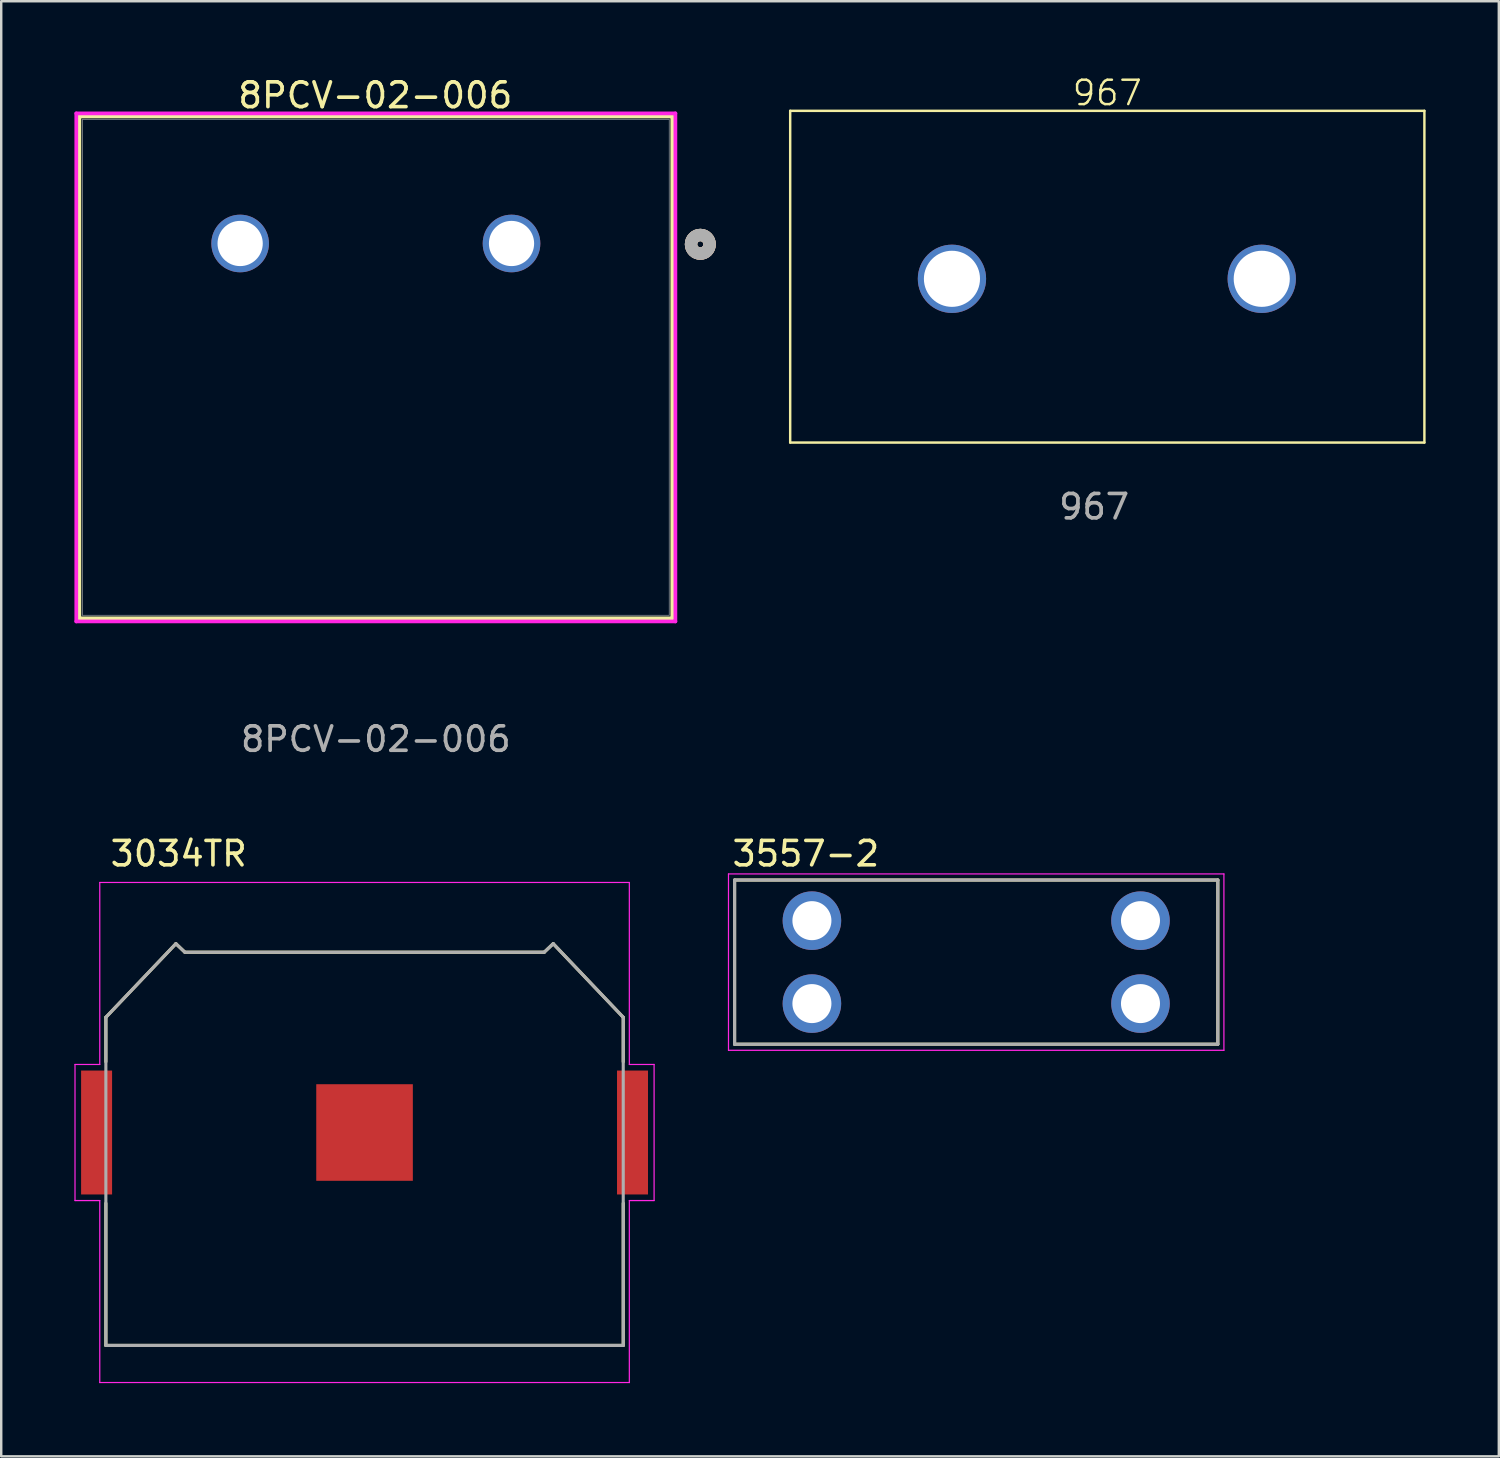
<source format=kicad_pcb>
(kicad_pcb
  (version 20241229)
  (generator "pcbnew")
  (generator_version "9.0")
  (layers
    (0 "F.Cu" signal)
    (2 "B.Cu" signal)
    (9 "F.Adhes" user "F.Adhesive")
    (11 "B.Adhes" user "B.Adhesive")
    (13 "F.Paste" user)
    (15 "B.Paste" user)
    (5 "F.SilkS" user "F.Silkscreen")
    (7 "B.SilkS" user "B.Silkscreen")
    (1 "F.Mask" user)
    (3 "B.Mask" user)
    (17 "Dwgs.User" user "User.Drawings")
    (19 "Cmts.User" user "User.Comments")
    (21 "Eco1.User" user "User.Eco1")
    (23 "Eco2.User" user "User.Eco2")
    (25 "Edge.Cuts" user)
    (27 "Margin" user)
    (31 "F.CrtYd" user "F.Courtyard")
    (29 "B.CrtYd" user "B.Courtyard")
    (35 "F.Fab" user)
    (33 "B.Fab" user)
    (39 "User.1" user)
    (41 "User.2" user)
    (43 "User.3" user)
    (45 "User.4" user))
  (footprint "3557-2"
    (layer "F.Cu")
    (at 36.97 36.393)
    (property "Reference" "3557-2" (at -6.985 -4.445 0) (layer "F.SilkS") (effects (font (size 1 1) (thickness 0.15))))
    (attr through_hole)
    (fp_line (start -9.905 -3.365) (end -9.905 3.365) (stroke (width 0.127) (type solid)) (layer "F.SilkS"))
    (fp_line (start -9.905 3.365) (end 9.905 3.365) (stroke (width 0.127) (type solid)) (layer "F.SilkS"))
    (fp_line (start 9.905 -3.365) (end -9.905 -3.365) (stroke (width 0.127) (type solid)) (layer "F.SilkS"))
    (fp_line (start 9.905 3.365) (end 9.905 -3.365) (stroke (width 0.127) (type solid)) (layer "F.SilkS"))
    (fp_line (start -10.155 -3.615) (end 10.155 -3.615) (stroke (width 0.05) (type solid)) (layer "F.CrtYd"))
    (fp_line (start -10.155 3.615) (end -10.155 -3.615) (stroke (width 0.05) (type solid)) (layer "F.CrtYd"))
    (fp_line (start 10.155 -3.615) (end 10.155 3.615) (stroke (width 0.05) (type solid)) (layer "F.CrtYd"))
    (fp_line (start 10.155 3.615) (end -10.155 3.615) (stroke (width 0.05) (type solid)) (layer "F.CrtYd"))
    (fp_line (start -9.905 -3.365) (end -9.905 3.365) (stroke (width 0.127) (type solid)) (layer "F.Fab"))
    (fp_line (start -9.905 3.365) (end 9.905 3.365) (stroke (width 0.127) (type solid)) (layer "F.Fab"))
    (fp_line (start 9.905 -3.365) (end -9.905 -3.365) (stroke (width 0.127) (type solid)) (layer "F.Fab"))
    (fp_line (start 9.905 3.365) (end 9.905 -3.365) (stroke (width 0.127) (type solid)) (layer "F.Fab"))
    (pad "1" thru_hole circle (at -6.735 -1.7) (size 2.4 2.4) (drill 1.6) (layers "*.Cu" "*.Mask"))
    (pad "1" thru_hole circle (at -6.735 1.7) (size 2.4 2.4) (drill 1.6) (layers "*.Cu" "*.Mask"))
    (pad "2" thru_hole circle (at 6.735 -1.7) (size 2.4 2.4) (drill 1.6) (layers "*.Cu" "*.Mask"))
    (pad "2" thru_hole circle (at 6.735 1.7) (size 2.4 2.4) (drill 1.6) (layers "*.Cu" "*.Mask")))
  (footprint "8PCV-02-006"
    (layer "F.Cu")
    (at 17.92 6.932)
    (property "Reference" "8PCV-02-006" (at -5.584 -6.074 0) (unlocked yes) (layer "F.SilkS") (effects (font (size 1.016 1.016) (thickness 0.15))))
    (attr through_hole)
    (fp_line (start -17.716 -5.207) (end -17.716 15.367) (stroke (width 0.152) (type solid)) (layer "F.SilkS"))
    (fp_line (start -17.716 15.367) (end 6.591 15.367) (stroke (width 0.152) (type solid)) (layer "F.SilkS"))
    (fp_line (start 6.591 -5.207) (end -17.716 -5.207) (stroke (width 0.152) (type solid)) (layer "F.SilkS"))
    (fp_line (start 6.591 15.367) (end 6.591 -5.207) (stroke (width 0.152) (type solid)) (layer "F.SilkS"))
    (fp_circle (center 7.74 0.033) (end 8.121 0.033) (stroke (width 0.508) (type solid)) (fill no) (layer "F.SilkS"))
    (fp_circle (center 7.74 0.033) (end 8.121 0.033) (stroke (width 0.508) (type solid)) (fill no) (layer "B.SilkS"))
    (fp_line (start -17.843 -5.334) (end -17.843 15.494) (stroke (width 0.152) (type solid)) (layer "F.CrtYd"))
    (fp_line (start -17.843 15.494) (end 6.718 15.494) (stroke (width 0.152) (type solid)) (layer "F.CrtYd"))
    (fp_line (start 6.718 -5.334) (end -17.843 -5.334) (stroke (width 0.152) (type solid)) (layer "F.CrtYd"))
    (fp_line (start 6.718 15.494) (end 6.718 -5.334) (stroke (width 0.152) (type solid)) (layer "F.CrtYd"))
    (fp_line (start -17.59 -5.08) (end -17.59 15.24) (stroke (width 0.025) (type solid)) (layer "F.Fab"))
    (fp_line (start -17.59 15.24) (end 6.464 15.24) (stroke (width 0.025) (type solid)) (layer "F.Fab"))
    (fp_line (start 6.464 -5.08) (end -17.59 -5.08) (stroke (width 0.025) (type solid)) (layer "F.Fab"))
    (fp_line (start 6.464 15.24) (end 6.464 -5.08) (stroke (width 0.025) (type solid)) (layer "F.Fab"))
    (fp_circle (center 7.74 0.033) (end 8.121 0.033) (stroke (width 0.508) (type solid)) (fill no) (layer "F.Fab"))
    (fp_text user "${REFERENCE}" (at -5.563 20.32 0) (unlocked yes) (layer "F.Fab") (effects (font (size 1 1) (thickness 0.15))))
    (pad "1" thru_hole circle (at 0 0) (size 2.362 2.362) (drill 1.854) (layers "*.Cu" "*.Mask"))
    (pad "2" thru_hole circle (at -11.125 0) (size 2.362 2.362) (drill 1.854) (layers "*.Cu" "*.Mask")))
  (footprint "3034TR"
    (layer "F.Cu")
    (at 11.895 43.378)
    (property "Reference" "3034TR" (at -7.62 -11.43 0) (layer "F.SilkS") (effects (font (size 1 1) (thickness 0.15))))
    (attr smd)
    (fp_line (start -10.605 -4.723) (end -10.605 -2.9) (stroke (width 0.127) (type solid)) (layer "F.SilkS"))
    (fp_line (start -10.605 8.729) (end -10.605 2.9) (stroke (width 0.127) (type solid)) (layer "F.SilkS"))
    (fp_line (start -10.605 8.729) (end 10.605 8.729) (stroke (width 0.127) (type solid)) (layer "F.SilkS"))
    (fp_line (start -7.734 -7.741) (end -10.605 -4.723) (stroke (width 0.127) (type solid)) (layer "F.SilkS"))
    (fp_line (start -7.734 -7.741) (end -7.366 -7.391) (stroke (width 0.127) (type solid)) (layer "F.SilkS"))
    (fp_line (start -7.366 -7.391) (end 7.366 -7.391) (stroke (width 0.127) (type solid)) (layer "F.SilkS"))
    (fp_line (start 7.366 -7.391) (end 7.734 -7.741) (stroke (width 0.127) (type solid)) (layer "F.SilkS"))
    (fp_line (start 7.734 -7.741) (end 10.605 -4.723) (stroke (width 0.127) (type solid)) (layer "F.SilkS"))
    (fp_line (start 10.605 -4.723) (end 10.605 -2.9) (stroke (width 0.127) (type solid)) (layer "F.SilkS"))
    (fp_line (start 10.605 8.729) (end 10.605 2.9) (stroke (width 0.127) (type solid)) (layer "F.SilkS"))
    (fp_line (start -11.87 -2.79) (end -11.87 2.79) (stroke (width 0.05) (type solid)) (layer "F.CrtYd"))
    (fp_line (start -11.87 2.79) (end -10.855 2.79) (stroke (width 0.05) (type solid)) (layer "F.CrtYd"))
    (fp_line (start -10.855 -10.25) (end -10.855 -2.79) (stroke (width 0.05) (type solid)) (layer "F.CrtYd"))
    (fp_line (start -10.855 -2.79) (end -11.87 -2.79) (stroke (width 0.05) (type solid)) (layer "F.CrtYd"))
    (fp_line (start -10.855 2.79) (end -10.855 10.25) (stroke (width 0.05) (type solid)) (layer "F.CrtYd"))
    (fp_line (start -10.855 10.25) (end 10.855 10.25) (stroke (width 0.05) (type solid)) (layer "F.CrtYd"))
    (fp_line (start 10.855 -10.25) (end -10.855 -10.25) (stroke (width 0.05) (type solid)) (layer "F.CrtYd"))
    (fp_line (start 10.855 -2.79) (end 10.855 -10.25) (stroke (width 0.05) (type solid)) (layer "F.CrtYd"))
    (fp_line (start 10.855 -2.79) (end 11.87 -2.79) (stroke (width 0.05) (type solid)) (layer "F.CrtYd"))
    (fp_line (start 10.855 10.25) (end 10.855 2.79) (stroke (width 0.05) (type solid)) (layer "F.CrtYd"))
    (fp_line (start 11.87 -2.79) (end 11.87 2.79) (stroke (width 0.05) (type solid)) (layer "F.CrtYd"))
    (fp_line (start 11.87 2.79) (end 10.855 2.79) (stroke (width 0.05) (type solid)) (layer "F.CrtYd"))
    (fp_line (start -10.605 -4.723) (end -10.605 8.729) (stroke (width 0.127) (type solid)) (layer "F.Fab"))
    (fp_line (start -10.605 8.729) (end 10.605 8.729) (stroke (width 0.127) (type solid)) (layer "F.Fab"))
    (fp_line (start -7.734 -7.741) (end -10.605 -4.723) (stroke (width 0.127) (type solid)) (layer "F.Fab"))
    (fp_line (start -7.734 -7.741) (end -7.366 -7.391) (stroke (width 0.127) (type solid)) (layer "F.Fab"))
    (fp_line (start -7.366 -7.391) (end 7.366 -7.391) (stroke (width 0.127) (type solid)) (layer "F.Fab"))
    (fp_line (start 7.366 -7.391) (end 7.734 -7.741) (stroke (width 0.127) (type solid)) (layer "F.Fab"))
    (fp_line (start 7.734 -7.741) (end 10.605 -4.723) (stroke (width 0.127) (type solid)) (layer "F.Fab"))
    (fp_line (start 10.605 -4.723) (end 10.605 8.729) (stroke (width 0.127) (type solid)) (layer "F.Fab"))
    (pad "N" smd rect (at 0 0) (size 3.96 3.96) (layers "F.Cu" "F.Mask"))
    (pad "P1" smd rect (at -10.985 0) (size 1.27 5.08) (layers "F.Cu" "F.Mask" "F.Paste"))
    (pad "P2" smd rect (at 10.985 0) (size 1.27 5.08) (layers "F.Cu" "F.Mask" "F.Paste")))
  (footprint "967"
    (layer "F.Cu")
    (at 41.806 7.563)
    (property "Reference" "967" (at 0.538 -6.803 0) (unlocked yes) (layer "F.SilkS") (effects (font (size 1 1) (thickness 0.1))))
    (attr through_hole)
    (fp_line (start -12.462 -6.07) (end -12.462 7.53) (stroke (width 0.1) (type default)) (layer "F.SilkS"))
    (fp_line (start -12.462 -6.07) (end 13.538 -6.07) (stroke (width 0.1) (type default)) (layer "F.SilkS"))
    (fp_line (start -12.462 7.53) (end 13.538 7.53) (stroke (width 0.1) (type default)) (layer "F.SilkS"))
    (fp_line (start 13.538 -6.07) (end 13.538 7.53) (stroke (width 0.1) (type default)) (layer "F.SilkS"))
    (fp_text user "${REFERENCE}" (at 0 10.16 0) (unlocked yes) (layer "F.Fab") (effects (font (size 1 1) (thickness 0.15))))
    (pad "1" thru_hole circle (at -5.83 0.817) (size 2.8 2.8) (drill 2.3) (layers "*.Cu" "*.Mask"))
    (pad "2" thru_hole circle (at 6.87 0.817) (size 2.8 2.8) (drill 2.3) (layers "*.Cu" "*.Mask")))
  (gr_rect
    (start -3 -3)
    (end 58.395 56.653)
    (stroke (width 0.1) (type default))
    (fill no)
    (layer "Edge.Cuts")))
</source>
